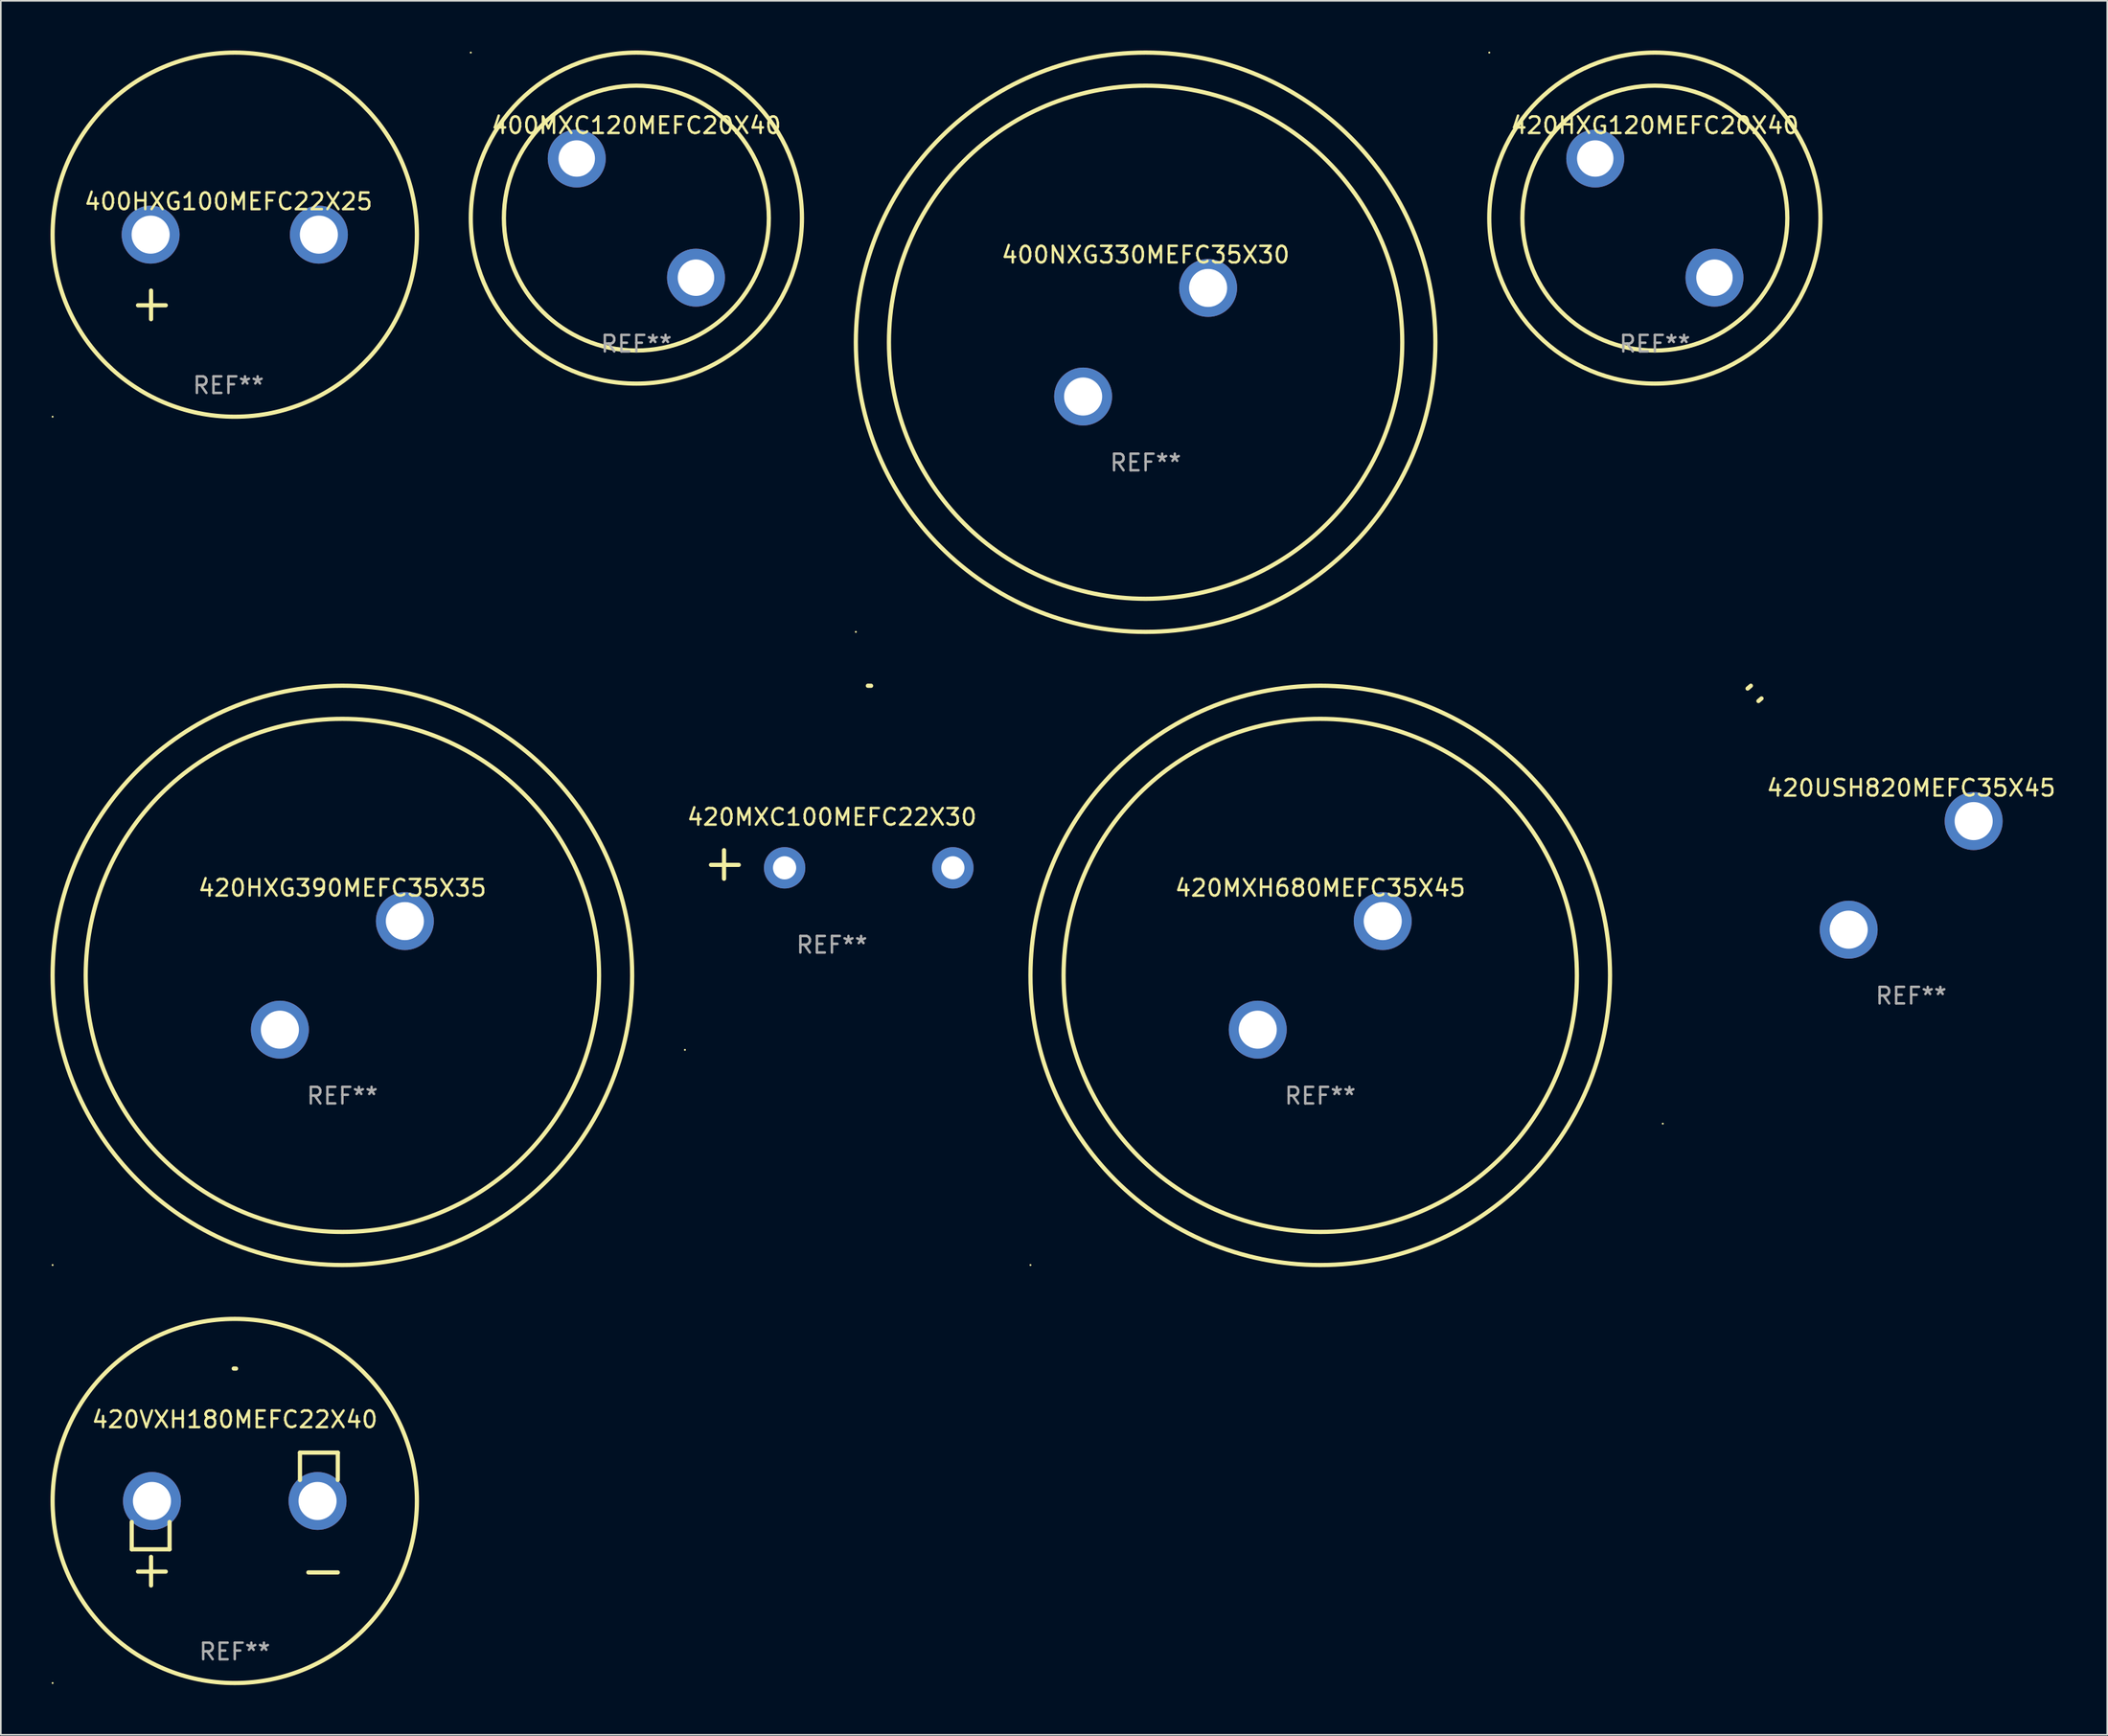
<source format=kicad_pcb>
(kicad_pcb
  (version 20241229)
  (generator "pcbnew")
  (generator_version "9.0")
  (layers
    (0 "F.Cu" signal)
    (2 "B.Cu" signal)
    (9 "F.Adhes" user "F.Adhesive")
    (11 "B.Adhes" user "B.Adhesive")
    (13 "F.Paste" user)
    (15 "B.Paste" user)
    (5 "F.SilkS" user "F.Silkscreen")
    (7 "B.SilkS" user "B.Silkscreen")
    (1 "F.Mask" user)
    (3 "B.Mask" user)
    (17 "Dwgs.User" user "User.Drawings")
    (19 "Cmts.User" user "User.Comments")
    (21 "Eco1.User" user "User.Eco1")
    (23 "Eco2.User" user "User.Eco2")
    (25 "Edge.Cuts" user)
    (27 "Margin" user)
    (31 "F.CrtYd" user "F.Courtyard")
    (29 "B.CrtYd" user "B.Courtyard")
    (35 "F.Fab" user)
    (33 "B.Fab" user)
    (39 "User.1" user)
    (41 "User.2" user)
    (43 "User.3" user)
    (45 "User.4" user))
  (footprint "400NXG330MEFC35X30"
    (layer "F.Cu")
    (at 66.135 17.627)
    (property "Reference" "400NXG330MEFC35X30" (at 0 -5.28 0) (layer "F.SilkS") (effects (font (size 1 1) (thickness 0.15))))
    (attr through_hole)
    (fp_circle (center -17.5 17.5) (end -17.47 17.5) (stroke (width 0.06) (type solid)) (fill no) (layer "F.SilkS"))
    (fp_circle (center 0.000127 0) (end 15.5 0) (stroke (width 0.254) (type solid)) (fill no) (layer "F.SilkS"))
    (fp_circle (center 0.000127 0) (end 17.5 0) (stroke (width 0.254) (type solid)) (fill no) (layer "F.SilkS"))
    (fp_text user "-" (at 3.792 -0.019 0) (layer "B.Mask") (effects (font (size 1 1) (thickness 0.15))))
    (fp_text user "+" (at -2.209 6.481 0) (layer "B.Mask") (effects (font (size 1 1) (thickness 0.15))))
    (fp_text user "REF**" (at 0 7.28 0) (layer "F.Fab") (effects (font (size 1 1) (thickness 0.15))))
    (pad "1" thru_hole circle (at -3.774 3.28) (size 3.5 3.5) (drill 2.3) (layers "*.Cu" "*.Mask"))
    (pad "2" thru_hole circle (at 3.774 -3.28) (size 3.5 3.5) (drill 2.3) (layers "*.Cu" "*.Mask")))
  (footprint "400MXC120MEFC20X40"
    (layer "F.Cu")
    (at 35.381 10.127)
    (property "Reference" "400MXC120MEFC20X40" (at 0 -5.6 0) (layer "F.SilkS") (effects (font (size 1 1) (thickness 0.15))))
    (attr through_hole)
    (fp_circle (center -10 -10) (end -9.97 -10) (stroke (width 0.06) (type solid)) (fill no) (layer "F.SilkS"))
    (fp_circle (center 0 0) (end 8 0) (stroke (width 0.254) (type solid)) (fill no) (layer "F.SilkS"))
    (fp_circle (center 0 0) (end 10 0) (stroke (width 0.254) (type solid)) (fill no) (layer "F.SilkS"))
    (fp_text user "+" (at -5.334 -2.101 0) (layer "B.Mask") (effects (font (size 1 1) (thickness 0.15))))
    (fp_text user "REF**" (at 0 7.6 0) (layer "F.Fab") (effects (font (size 1 1) (thickness 0.15))))
    (pad "1" thru_hole circle (at -3.6 -3.6) (size 3.5 3.5) (drill 2.2) (layers "*.Cu" "*.Mask"))
    (pad "2" thru_hole circle (at 3.6 3.6) (size 3.5 3.5) (drill 2.2) (layers "*.Cu" "*.Mask")))
  (footprint "420MXH680MEFC35X45"
    (layer "F.Cu")
    (at 76.681 55.881)
    (property "Reference" "420MXH680MEFC35X45" (at 0 -5.28 0) (layer "F.SilkS") (effects (font (size 1 1) (thickness 0.15))))
    (attr through_hole)
    (fp_circle (center -17.5 17.5) (end -17.47 17.5) (stroke (width 0.06) (type solid)) (fill no) (layer "F.SilkS"))
    (fp_circle (center 0.000127 0) (end 15.5 0) (stroke (width 0.254) (type solid)) (fill no) (layer "F.SilkS"))
    (fp_circle (center 0.000127 0) (end 17.5 0) (stroke (width 0.254) (type solid)) (fill no) (layer "F.SilkS"))
    (fp_text user "-" (at 3.792 -0.019 0) (layer "B.Mask") (effects (font (size 1 1) (thickness 0.15))))
    (fp_text user "+" (at -2.209 6.481 0) (layer "B.Mask") (effects (font (size 1 1) (thickness 0.15))))
    (fp_text user "REF**" (at 0 7.28 0) (layer "F.Fab") (effects (font (size 1 1) (thickness 0.15))))
    (pad "1" thru_hole circle (at -3.774 3.28) (size 3.5 3.5) (drill 2.3) (layers "*.Cu" "*.Mask"))
    (pad "2" thru_hole circle (at 3.774 -3.28) (size 3.5 3.5) (drill 2.3) (layers "*.Cu" "*.Mask")))
  (footprint "420MXC100MEFC22X30"
    (layer "F.Cu")
    (at 47.191 49.179)
    (property "Reference" "420MXC100MEFC22X30" (at 0 -2.864 0) (layer "F.SilkS") (effects (font (size 1 1) (thickness 0.15))))
    (attr through_hole)
    (fp_line (start -6.515 0.864) (end -6.515 -0.864) (stroke (width 0.254) (type solid)) (layer "F.SilkS"))
    (fp_line (start -5.626 0.025) (end -7.303 0.025) (stroke (width 0.254) (type solid)) (layer "F.SilkS"))
    (fp_arc (start 2.171704 -10.797562) (mid 2.268229 -10.796706) (end 2.364744 -10.795022) (stroke (width 0.254001) (type solid)) (layer "F.SilkS"))
    (fp_circle (center -8.877 11.202) (end -8.847 11.202) (stroke (width 0.06) (type solid)) (fill no) (layer "F.SilkS"))
    (fp_text user "REF**" (at 0 4.864 0) (layer "F.Fab") (effects (font (size 1 1) (thickness 0.15))))
    (pad "1" thru_hole circle (at -2.858 0.203) (size 2.5 2.5) (drill 1.4) (layers "*.Cu" "*.Mask"))
    (pad "2" thru_hole circle (at 7.303 0.203) (size 2.5 2.5) (drill 1.4) (layers "*.Cu" "*.Mask")))
  (footprint "420VXH180MEFC22X40"
    (layer "F.Cu")
    (at 11.127 88.728)
    (property "Reference" "420VXH180MEFC22X40" (at 0 -6.013 0) (layer "F.SilkS") (effects (font (size 1 1) (thickness 0.15))))
    (attr through_hole)
    (fp_line (start -6.223 0.178) (end -6.223 1.829) (stroke (width 0.254) (type solid)) (layer "F.SilkS"))
    (fp_line (start -6.223 1.829) (end -3.937 1.829) (stroke (width 0.254) (type solid)) (layer "F.SilkS"))
    (fp_line (start -5.055 4.013) (end -5.055 2.286) (stroke (width 0.254) (type solid)) (layer "F.SilkS"))
    (fp_line (start -4.166 3.175) (end -5.842 3.175) (stroke (width 0.254) (type solid)) (layer "F.SilkS"))
    (fp_line (start -3.937 1.829) (end -3.937 0.178) (stroke (width 0.254) (type solid)) (layer "F.SilkS"))
    (fp_line (start 3.937 -4.013) (end 3.937 -2.362) (stroke (width 0.254) (type solid)) (layer "F.SilkS"))
    (fp_line (start 6.223 -4.013) (end 3.937 -4.013) (stroke (width 0.254) (type solid)) (layer "F.SilkS"))
    (fp_line (start 6.223 -2.362) (end 6.223 -4.013) (stroke (width 0.254) (type solid)) (layer "F.SilkS"))
    (fp_line (start 6.223 3.226) (end 4.445 3.226) (stroke (width 0.254) (type solid)) (layer "F.SilkS"))
    (fp_arc (start -0.062256 -9.092228) (mid 0.007852 -9.091512) (end 0.077952 -9.090196) (stroke (width 0.254001) (type solid)) (layer "F.SilkS"))
    (fp_circle (center -11 9.908) (end -10.97 9.908) (stroke (width 0.06) (type solid)) (fill no) (layer "F.SilkS"))
    (fp_circle (center 0 -1.092) (end 11 -1.092) (stroke (width 0.254) (type solid)) (fill no) (layer "F.SilkS"))
    (fp_text user "REF**" (at 0 8.013 0) (layer "F.Fab") (effects (font (size 1 1) (thickness 0.15))))
    (pad "1" thru_hole circle (at -5 -1.092) (size 3.5 3.5) (drill 2.3) (layers "*.Cu" "*.Mask"))
    (pad "2" thru_hole circle (at 5 -1.092) (size 3.5 3.5) (drill 2.3) (layers "*.Cu" "*.Mask")))
  (footprint "420HXG120MEFC20X40"
    (layer "F.Cu")
    (at 96.889 10.127)
    (property "Reference" "420HXG120MEFC20X40" (at 0 -5.6 0) (layer "F.SilkS") (effects (font (size 1 1) (thickness 0.15))))
    (attr through_hole)
    (fp_circle (center -10 -10) (end -9.97 -10) (stroke (width 0.06) (type solid)) (fill no) (layer "F.SilkS"))
    (fp_circle (center 0 0) (end 8 0) (stroke (width 0.254) (type solid)) (fill no) (layer "F.SilkS"))
    (fp_circle (center 0 0) (end 10 0) (stroke (width 0.254) (type solid)) (fill no) (layer "F.SilkS"))
    (fp_text user "+" (at -5.334 -2.101 0) (layer "B.Mask") (effects (font (size 1 1) (thickness 0.15))))
    (fp_text user "REF**" (at 0 7.6 0) (layer "F.Fab") (effects (font (size 1 1) (thickness 0.15))))
    (pad "1" thru_hole circle (at -3.6 -3.6) (size 3.5 3.5) (drill 2.2) (layers "*.Cu" "*.Mask"))
    (pad "2" thru_hole circle (at 3.6 3.6) (size 3.5 3.5) (drill 2.2) (layers "*.Cu" "*.Mask")))
  (footprint "420HXG390MEFC35X35"
    (layer "F.Cu")
    (at 17.627 55.881)
    (property "Reference" "420HXG390MEFC35X35" (at 0 -5.28 0) (layer "F.SilkS") (effects (font (size 1 1) (thickness 0.15))))
    (attr through_hole)
    (fp_circle (center -17.5 17.5) (end -17.47 17.5) (stroke (width 0.06) (type solid)) (fill no) (layer "F.SilkS"))
    (fp_circle (center 0.000127 0) (end 15.5 0) (stroke (width 0.254) (type solid)) (fill no) (layer "F.SilkS"))
    (fp_circle (center 0.000127 0) (end 17.5 0) (stroke (width 0.254) (type solid)) (fill no) (layer "F.SilkS"))
    (fp_text user "-" (at 3.792 -0.019 0) (layer "B.Mask") (effects (font (size 1 1) (thickness 0.15))))
    (fp_text user "+" (at -2.209 6.481 0) (layer "B.Mask") (effects (font (size 1 1) (thickness 0.15))))
    (fp_text user "REF**" (at 0 7.28 0) (layer "F.Fab") (effects (font (size 1 1) (thickness 0.15))))
    (pad "1" thru_hole circle (at -3.774 3.28) (size 3.5 3.5) (drill 2.3) (layers "*.Cu" "*.Mask"))
    (pad "2" thru_hole circle (at 3.774 -3.28) (size 3.5 3.5) (drill 2.3) (layers "*.Cu" "*.Mask")))
  (footprint "400HXG100MEFC22X25"
    (layer "F.Cu")
    (at 10.746 13.68)
    (property "Reference" "400HXG100MEFC22X25" (at 0 -4.553 0) (layer "F.SilkS") (effects (font (size 1 1) (thickness 0.15))))
    (attr through_hole)
    (fp_line (start -4.674 2.553) (end -4.674 0.826) (stroke (width 0.254) (type solid)) (layer "F.SilkS"))
    (fp_line (start -3.785 1.715) (end -5.461 1.715) (stroke (width 0.254) (type solid)) (layer "F.SilkS"))
    (fp_circle (center -10.619 8.447) (end -10.589 8.447) (stroke (width 0.06) (type solid)) (fill no) (layer "F.SilkS"))
    (fp_circle (center 0.381 -2.553) (end 11.381 -2.553) (stroke (width 0.254) (type solid)) (fill no) (layer "F.SilkS"))
    (fp_text user "REF**" (at 0 6.553 0) (layer "F.Fab") (effects (font (size 1 1) (thickness 0.15))))
    (pad "1" thru_hole circle (at -4.699 -2.553) (size 3.5 3.5) (drill 2.3) (layers "*.Cu" "*.Mask"))
    (pad "2" thru_hole circle (at 5.461 -2.553) (size 3.5 3.5) (drill 2.3) (layers "*.Cu" "*.Mask")))
  (footprint "420USH820MEFC35X45"
    (layer "F.Cu")
    (at 112.368 49.839)
    (property "Reference" "420USH820MEFC35X45" (at 0 -5.28 0) (layer "F.SilkS") (effects (font (size 1 1) (thickness 0.15))))
    (attr through_hole)
    (fp_arc (start -9.880163 -11.288367) (mid -9.781129 -11.37384) (end -9.681052 -11.45809) (stroke (width 0.254001) (type solid)) (layer "F.SilkS"))
    (fp_arc (start -9.223597 -10.533071) (mid -9.131245 -10.612672) (end -9.037923 -10.691135) (stroke (width 0.254001) (type solid)) (layer "F.SilkS"))
    (fp_circle (center -15 15) (end -14.97 15) (stroke (width 0.06) (type solid)) (fill no) (layer "F.SilkS"))
    (fp_text user "-" (at 3.791 -0.019 0) (layer "B.Mask") (effects (font (size 1 1) (thickness 0.15))))
    (fp_text user "+" (at -2.209 6.481 0) (layer "B.Mask") (effects (font (size 1 1) (thickness 0.15))))
    (fp_text user "REF**" (at 0 7.28 0) (layer "F.Fab") (effects (font (size 1 1) (thickness 0.15))))
    (pad "1" thru_hole circle (at -3.774 3.28) (size 3.5 3.5) (drill 2.3) (layers "*.Cu" "*.Mask"))
    (pad "2" thru_hole circle (at 3.774 -3.28) (size 3.5 3.5) (drill 2.3) (layers "*.Cu" "*.Mask")))
  (gr_rect
    (start -3 -3)
    (end 124.208 101.763)
    (stroke (width 0.1) (type default))
    (fill no)
    (layer "Edge.Cuts")))
</source>
